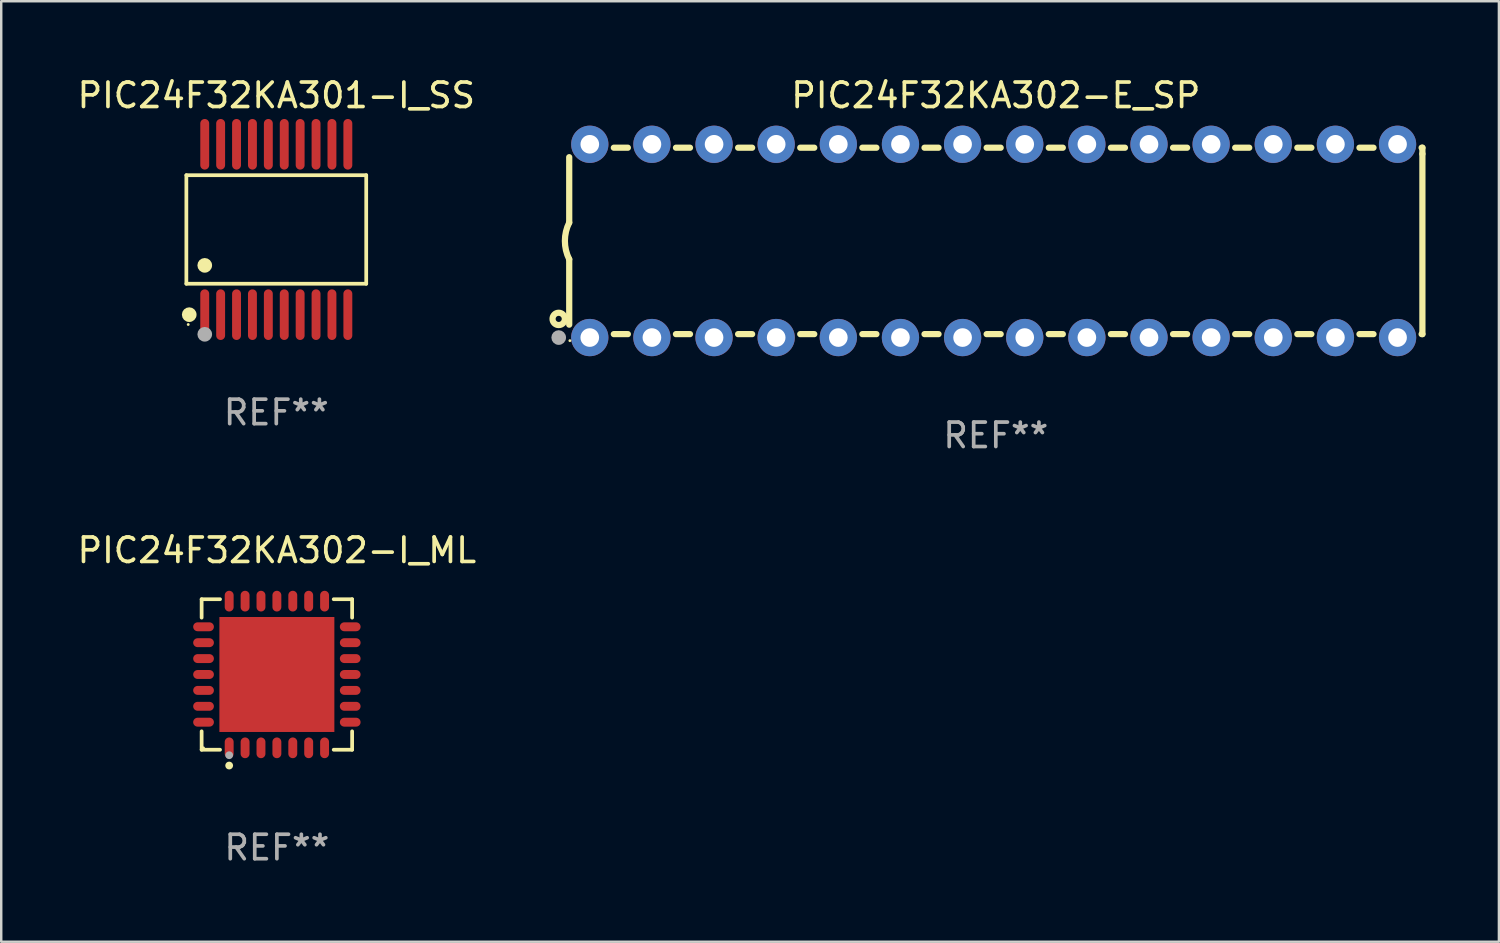
<source format=kicad_pcb>
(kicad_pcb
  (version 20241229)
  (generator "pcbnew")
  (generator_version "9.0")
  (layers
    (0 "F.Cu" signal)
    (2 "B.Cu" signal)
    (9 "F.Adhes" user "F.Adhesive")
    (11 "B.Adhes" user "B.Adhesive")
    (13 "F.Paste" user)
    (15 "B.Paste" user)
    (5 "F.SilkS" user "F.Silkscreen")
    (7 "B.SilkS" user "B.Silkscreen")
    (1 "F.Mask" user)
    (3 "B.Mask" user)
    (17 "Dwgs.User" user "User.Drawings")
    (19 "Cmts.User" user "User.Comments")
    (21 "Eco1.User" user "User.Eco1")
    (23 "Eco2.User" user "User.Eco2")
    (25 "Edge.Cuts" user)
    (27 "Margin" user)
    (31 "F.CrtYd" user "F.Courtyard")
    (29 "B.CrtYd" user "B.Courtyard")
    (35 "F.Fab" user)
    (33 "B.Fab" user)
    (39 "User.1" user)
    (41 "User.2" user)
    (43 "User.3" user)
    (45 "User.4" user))
  (footprint "PIC24F32KA302-I_ML"
    (layer "F.Cu")
    (at 8.268 24.521)
    (property "Reference" "PIC24F32KA302-I_ML" (at 0 -5.076 0) (layer "F.SilkS") (effects (font (size 1 1) (thickness 0.15))))
    (attr through_hole)
    (fp_line (start -3.076 -3.076) (end -2.323 -3.076) (stroke (width 0.152) (type solid)) (layer "F.SilkS"))
    (fp_line (start -3.076 -2.323) (end -3.076 -3.076) (stroke (width 0.152) (type solid)) (layer "F.SilkS"))
    (fp_line (start -3.076 2.323) (end -3.076 3.076) (stroke (width 0.152) (type solid)) (layer "F.SilkS"))
    (fp_line (start -3.076 3.076) (end -2.323 3.076) (stroke (width 0.152) (type solid)) (layer "F.SilkS"))
    (fp_line (start 3.076 -3.076) (end 2.323 -3.076) (stroke (width 0.152) (type solid)) (layer "F.SilkS"))
    (fp_line (start 3.076 -2.323) (end 3.076 -3.076) (stroke (width 0.152) (type solid)) (layer "F.SilkS"))
    (fp_line (start 3.076 2.323) (end 3.076 3.076) (stroke (width 0.152) (type solid)) (layer "F.SilkS"))
    (fp_line (start 3.076 3.076) (end 2.323 3.076) (stroke (width 0.152) (type solid)) (layer "F.SilkS"))
    (fp_circle (center -3 3) (end -2.97 3) (stroke (width 0.06) (type solid)) (fill no) (layer "F.SilkS"))
    (fp_circle (center -1.95 3.722) (end -1.87 3.722) (stroke (width 0.16) (type solid)) (fill no) (layer "F.SilkS"))
    (fp_circle (center -1.95 3.3) (end -1.87 3.3) (stroke (width 0.16) (type solid)) (fill no) (layer "F.Fab"))
    (fp_text user "REF**" (at 0 7.076 0) (layer "F.Fab") (effects (font (size 1 1) (thickness 0.15))))
    (pad "1" smd oval (at -1.95 2.998) (size 0.364 0.847) (layers "F.Cu" "F.Mask" "F.Paste"))
    (pad "2" smd oval (at -1.3 2.998) (size 0.364 0.847) (layers "F.Cu" "F.Mask" "F.Paste"))
    (pad "3" smd oval (at -0.65 2.998) (size 0.364 0.847) (layers "F.Cu" "F.Mask" "F.Paste"))
    (pad "4" smd oval (at 0 2.998) (size 0.364 0.847) (layers "F.Cu" "F.Mask" "F.Paste"))
    (pad "5" smd oval (at 0.65 2.998) (size 0.364 0.847) (layers "F.Cu" "F.Mask" "F.Paste"))
    (pad "6" smd oval (at 1.3 2.998) (size 0.364 0.847) (layers "F.Cu" "F.Mask" "F.Paste"))
    (pad "7" smd oval (at 1.95 2.998) (size 0.364 0.847) (layers "F.Cu" "F.Mask" "F.Paste"))
    (pad "8" smd oval (at 2.998 1.95) (size 0.847 0.364) (layers "F.Cu" "F.Mask" "F.Paste"))
    (pad "9" smd oval (at 2.998 1.3) (size 0.847 0.364) (layers "F.Cu" "F.Mask" "F.Paste"))
    (pad "10" smd oval (at 2.998 0.65) (size 0.847 0.364) (layers "F.Cu" "F.Mask" "F.Paste"))
    (pad "11" smd oval (at 2.998 0) (size 0.847 0.364) (layers "F.Cu" "F.Mask" "F.Paste"))
    (pad "12" smd oval (at 2.998 -0.65) (size 0.847 0.364) (layers "F.Cu" "F.Mask" "F.Paste"))
    (pad "13" smd oval (at 2.998 -1.3) (size 0.847 0.364) (layers "F.Cu" "F.Mask" "F.Paste"))
    (pad "14" smd oval (at 2.998 -1.95) (size 0.847 0.364) (layers "F.Cu" "F.Mask" "F.Paste"))
    (pad "15" smd oval (at 1.95 -2.998) (size 0.364 0.847) (layers "F.Cu" "F.Mask" "F.Paste"))
    (pad "16" smd oval (at 1.3 -2.998) (size 0.364 0.847) (layers "F.Cu" "F.Mask" "F.Paste"))
    (pad "17" smd oval (at 0.65 -2.998) (size 0.364 0.847) (layers "F.Cu" "F.Mask" "F.Paste"))
    (pad "18" smd oval (at 0 -2.998) (size 0.364 0.847) (layers "F.Cu" "F.Mask" "F.Paste"))
    (pad "19" smd oval (at -0.65 -2.998) (size 0.364 0.847) (layers "F.Cu" "F.Mask" "F.Paste"))
    (pad "20" smd oval (at -1.3 -2.998) (size 0.364 0.847) (layers "F.Cu" "F.Mask" "F.Paste"))
    (pad "21" smd oval (at -1.95 -2.998) (size 0.364 0.847) (layers "F.Cu" "F.Mask" "F.Paste"))
    (pad "22" smd oval (at -2.998 -1.95) (size 0.847 0.364) (layers "F.Cu" "F.Mask" "F.Paste"))
    (pad "23" smd oval (at -2.998 -1.3) (size 0.847 0.364) (layers "F.Cu" "F.Mask" "F.Paste"))
    (pad "24" smd oval (at -2.998 -0.65) (size 0.847 0.364) (layers "F.Cu" "F.Mask" "F.Paste"))
    (pad "25" smd oval (at -2.998 0) (size 0.847 0.364) (layers "F.Cu" "F.Mask" "F.Paste"))
    (pad "26" smd oval (at -2.998 0.65) (size 0.847 0.364) (layers "F.Cu" "F.Mask" "F.Paste"))
    (pad "27" smd oval (at -2.998 1.3) (size 0.847 0.364) (layers "F.Cu" "F.Mask" "F.Paste"))
    (pad "28" smd oval (at -2.998 1.95) (size 0.847 0.364) (layers "F.Cu" "F.Mask" "F.Paste"))
    (pad "29" smd rect (at 0 0) (size 4.7 4.7) (layers "F.Cu" "F.Mask" "F.Paste")))
  (footprint "PIC24F32KA302-E_SP"
    (layer "F.Cu")
    (at 37.656 6.798)
    (property "Reference" "PIC24F32KA302-E_SP" (at 0 -5.95 0) (layer "F.SilkS") (effects (font (size 1 1) (thickness 0.15))))
    (attr through_hole)
    (fp_line (start -17.438 0.75) (end -17.438 3.423) (stroke (width 0.254) (type solid)) (layer "F.SilkS"))
    (fp_line (start -17.438 -3.423) (end -17.438 -0.75) (stroke (width 0.254) (type solid)) (layer "F.SilkS"))
    (fp_line (start -15.615 3.81) (end -15.041 3.81) (stroke (width 0.254) (type solid)) (layer "F.SilkS"))
    (fp_line (start -15.041 -3.81) (end -15.614 -3.81) (stroke (width 0.254) (type solid)) (layer "F.SilkS"))
    (fp_line (start -13.075 3.81) (end -12.501 3.81) (stroke (width 0.254) (type solid)) (layer "F.SilkS"))
    (fp_line (start -12.501 -3.81) (end -13.074 -3.81) (stroke (width 0.254) (type solid)) (layer "F.SilkS"))
    (fp_line (start -10.535 3.81) (end -9.961 3.81) (stroke (width 0.254) (type solid)) (layer "F.SilkS"))
    (fp_line (start -9.961 -3.81) (end -10.534 -3.81) (stroke (width 0.254) (type solid)) (layer "F.SilkS"))
    (fp_line (start -7.995 3.81) (end -7.421 3.81) (stroke (width 0.254) (type solid)) (layer "F.SilkS"))
    (fp_line (start -7.421 -3.81) (end -7.995 -3.81) (stroke (width 0.254) (type solid)) (layer "F.SilkS"))
    (fp_line (start -5.455 3.81) (end -4.881 3.81) (stroke (width 0.254) (type solid)) (layer "F.SilkS"))
    (fp_line (start -4.881 -3.81) (end -5.455 -3.81) (stroke (width 0.254) (type solid)) (layer "F.SilkS"))
    (fp_line (start -2.915 3.81) (end -2.341 3.81) (stroke (width 0.254) (type solid)) (layer "F.SilkS"))
    (fp_line (start -2.341 -3.81) (end -2.915 -3.81) (stroke (width 0.254) (type solid)) (layer "F.SilkS"))
    (fp_line (start -0.375 3.81) (end 0.199 3.81) (stroke (width 0.254) (type solid)) (layer "F.SilkS"))
    (fp_line (start 0.199 -3.81) (end -0.375 -3.81) (stroke (width 0.254) (type solid)) (layer "F.SilkS"))
    (fp_line (start 2.165 3.81) (end 2.739 3.81) (stroke (width 0.254) (type solid)) (layer "F.SilkS"))
    (fp_line (start 2.739 -3.81) (end 2.165 -3.81) (stroke (width 0.254) (type solid)) (layer "F.SilkS"))
    (fp_line (start 4.705 3.81) (end 5.279 3.81) (stroke (width 0.254) (type solid)) (layer "F.SilkS"))
    (fp_line (start 5.279 -3.81) (end 4.705 -3.81) (stroke (width 0.254) (type solid)) (layer "F.SilkS"))
    (fp_line (start 7.245 3.81) (end 7.819 3.81) (stroke (width 0.254) (type solid)) (layer "F.SilkS"))
    (fp_line (start 7.819 -3.81) (end 7.245 -3.81) (stroke (width 0.254) (type solid)) (layer "F.SilkS"))
    (fp_line (start 9.785 3.81) (end 10.359 3.81) (stroke (width 0.254) (type solid)) (layer "F.SilkS"))
    (fp_line (start 10.359 -3.81) (end 9.785 -3.81) (stroke (width 0.254) (type solid)) (layer "F.SilkS"))
    (fp_line (start 12.325 3.81) (end 12.899 3.81) (stroke (width 0.254) (type solid)) (layer "F.SilkS"))
    (fp_line (start 12.899 -3.81) (end 12.325 -3.81) (stroke (width 0.254) (type solid)) (layer "F.SilkS"))
    (fp_line (start 14.865 3.81) (end 15.439 3.81) (stroke (width 0.254) (type solid)) (layer "F.SilkS"))
    (fp_line (start 15.439 -3.81) (end 14.865 -3.81) (stroke (width 0.254) (type solid)) (layer "F.SilkS"))
    (fp_line (start 17.405 3.81) (end 17.438 3.81) (stroke (width 0.254) (type solid)) (layer "F.SilkS"))
    (fp_line (start 17.438 -3.81) (end 17.405 -3.81) (stroke (width 0.254) (type solid)) (layer "F.SilkS"))
    (fp_line (start 17.438 -3.556) (end 17.438 -3.81) (stroke (width 0.254) (type solid)) (layer "F.SilkS"))
    (fp_line (start 17.438 3.81) (end 17.438 -3.556) (stroke (width 0.254) (type solid)) (layer "F.SilkS"))
    (fp_arc (start -17.437986 0.749657) (mid -17.614887 -0.000024) (end -17.437783 -0.749657) (stroke (width 0.254001) (type solid)) (layer "F.SilkS"))
    (fp_circle (center -17.868 3.188) (end -17.743 3.188) (stroke (width 0.254) (type solid)) (fill no) (layer "F.SilkS"))
    (fp_circle (center -17.411 4.077) (end -17.381 4.077) (stroke (width 0.06) (type solid)) (fill no) (layer "F.SilkS"))
    (fp_circle (center -17.868 3.95) (end -17.718 3.95) (stroke (width 0.3) (type solid)) (fill no) (layer "F.Fab"))
    (fp_text user "REF**" (at 0 7.95 0) (layer "F.Fab") (effects (font (size 1 1) (thickness 0.15))))
    (pad "1" thru_hole circle (at -16.598 3.95) (size 1.524 1.524) (drill 0.762) (layers "*.Cu" "*.Mask"))
    (pad "2" thru_hole circle (at -14.058 3.95) (size 1.524 1.524) (drill 0.762) (layers "*.Cu" "*.Mask"))
    (pad "3" thru_hole circle (at -11.518 3.95) (size 1.524 1.524) (drill 0.762) (layers "*.Cu" "*.Mask"))
    (pad "4" thru_hole circle (at -8.978 3.95) (size 1.524 1.524) (drill 0.762) (layers "*.Cu" "*.Mask"))
    (pad "5" thru_hole circle (at -6.438 3.95) (size 1.524 1.524) (drill 0.762) (layers "*.Cu" "*.Mask"))
    (pad "6" thru_hole circle (at -3.898 3.95) (size 1.524 1.524) (drill 0.762) (layers "*.Cu" "*.Mask"))
    (pad "7" thru_hole circle (at -1.358 3.95) (size 1.524 1.524) (drill 0.762) (layers "*.Cu" "*.Mask"))
    (pad "8" thru_hole circle (at 1.182 3.95) (size 1.524 1.524) (drill 0.762) (layers "*.Cu" "*.Mask"))
    (pad "9" thru_hole circle (at 3.722 3.95) (size 1.524 1.524) (drill 0.762) (layers "*.Cu" "*.Mask"))
    (pad "10" thru_hole circle (at 6.262 3.95) (size 1.524 1.524) (drill 0.762) (layers "*.Cu" "*.Mask"))
    (pad "11" thru_hole circle (at 8.802 3.95) (size 1.524 1.524) (drill 0.762) (layers "*.Cu" "*.Mask"))
    (pad "12" thru_hole circle (at 11.342 3.95) (size 1.524 1.524) (drill 0.762) (layers "*.Cu" "*.Mask"))
    (pad "13" thru_hole circle (at 13.882 3.95) (size 1.524 1.524) (drill 0.762) (layers "*.Cu" "*.Mask"))
    (pad "14" thru_hole circle (at 16.422 3.95) (size 1.524 1.524) (drill 0.762) (layers "*.Cu" "*.Mask"))
    (pad "15" thru_hole circle (at 16.422 -3.95) (size 1.524 1.524) (drill 0.762) (layers "*.Cu" "*.Mask"))
    (pad "16" thru_hole circle (at 13.882 -3.95) (size 1.524 1.524) (drill 0.762) (layers "*.Cu" "*.Mask"))
    (pad "17" thru_hole circle (at 11.342 -3.95) (size 1.524 1.524) (drill 0.762) (layers "*.Cu" "*.Mask"))
    (pad "18" thru_hole circle (at 8.802 -3.95) (size 1.524 1.524) (drill 0.762) (layers "*.Cu" "*.Mask"))
    (pad "19" thru_hole circle (at 6.262 -3.95) (size 1.524 1.524) (drill 0.762) (layers "*.Cu" "*.Mask"))
    (pad "20" thru_hole circle (at 3.722 -3.95) (size 1.524 1.524) (drill 0.762) (layers "*.Cu" "*.Mask"))
    (pad "21" thru_hole circle (at 1.182 -3.95) (size 1.524 1.524) (drill 0.762) (layers "*.Cu" "*.Mask"))
    (pad "22" thru_hole circle (at -1.358 -3.95) (size 1.524 1.524) (drill 0.762) (layers "*.Cu" "*.Mask"))
    (pad "23" thru_hole circle (at -3.898 -3.95) (size 1.524 1.524) (drill 0.762) (layers "*.Cu" "*.Mask"))
    (pad "24" thru_hole circle (at -6.438 -3.95) (size 1.524 1.524) (drill 0.762) (layers "*.Cu" "*.Mask"))
    (pad "25" thru_hole circle (at -8.978 -3.95) (size 1.524 1.524) (drill 0.762) (layers "*.Cu" "*.Mask"))
    (pad "26" thru_hole circle (at -11.517 -3.95) (size 1.524 1.524) (drill 0.762) (layers "*.Cu" "*.Mask"))
    (pad "27" thru_hole circle (at -14.057 -3.95) (size 1.524 1.524) (drill 0.762) (layers "*.Cu" "*.Mask"))
    (pad "28" thru_hole circle (at -16.597 -3.95) (size 1.524 1.524) (drill 0.762) (layers "*.Cu" "*.Mask")))
  (footprint "PIC24F32KA301-I_SS"
    (layer "F.Cu")
    (at 8.244 6.33)
    (property "Reference" "PIC24F32KA301-I_SS" (at 0 -5.482 0) (layer "F.SilkS") (effects (font (size 1 1) (thickness 0.15))))
    (attr through_hole)
    (fp_line (start -3.676 -2.219) (end 3.676 -2.219) (stroke (width 0.152) (type solid)) (layer "F.SilkS"))
    (fp_line (start -3.676 2.219) (end -3.676 -2.219) (stroke (width 0.152) (type solid)) (layer "F.SilkS"))
    (fp_line (start 3.676 -2.219) (end 3.676 2.219) (stroke (width 0.152) (type solid)) (layer "F.SilkS"))
    (fp_line (start 3.676 2.219) (end -3.676 2.219) (stroke (width 0.152) (type solid)) (layer "F.SilkS"))
    (fp_circle (center -3.6 3.885) (end -3.57 3.885) (stroke (width 0.06) (type solid)) (fill no) (layer "F.SilkS"))
    (fp_circle (center -3.559 3.482) (end -3.409 3.482) (stroke (width 0.3) (type solid)) (fill no) (layer "F.SilkS"))
    (fp_circle (center -2.925 1.467) (end -2.775 1.467) (stroke (width 0.3) (type solid)) (fill no) (layer "F.SilkS"))
    (fp_circle (center -2.925 4.285) (end -2.775 4.285) (stroke (width 0.3) (type solid)) (fill no) (layer "F.Fab"))
    (fp_text user "REF**" (at 0 7.482 0) (layer "F.Fab") (effects (font (size 1 1) (thickness 0.15))))
    (pad "1" smd oval (at -2.925 3.482) (size 0.364 2.069) (layers "F.Cu" "F.Mask" "F.Paste"))
    (pad "2" smd oval (at -2.275 3.482) (size 0.364 2.069) (layers "F.Cu" "F.Mask" "F.Paste"))
    (pad "3" smd oval (at -1.625 3.482) (size 0.364 2.069) (layers "F.Cu" "F.Mask" "F.Paste"))
    (pad "4" smd oval (at -0.975 3.482) (size 0.364 2.069) (layers "F.Cu" "F.Mask" "F.Paste"))
    (pad "5" smd oval (at -0.325 3.482) (size 0.364 2.069) (layers "F.Cu" "F.Mask" "F.Paste"))
    (pad "6" smd oval (at 0.325 3.482) (size 0.364 2.069) (layers "F.Cu" "F.Mask" "F.Paste"))
    (pad "7" smd oval (at 0.975 3.482) (size 0.364 2.069) (layers "F.Cu" "F.Mask" "F.Paste"))
    (pad "8" smd oval (at 1.625 3.482) (size 0.364 2.069) (layers "F.Cu" "F.Mask" "F.Paste"))
    (pad "9" smd oval (at 2.275 3.482) (size 0.364 2.069) (layers "F.Cu" "F.Mask" "F.Paste"))
    (pad "10" smd oval (at 2.925 3.482) (size 0.364 2.069) (layers "F.Cu" "F.Mask" "F.Paste"))
    (pad "11" smd oval (at 2.925 -3.482) (size 0.364 2.069) (layers "F.Cu" "F.Mask" "F.Paste"))
    (pad "12" smd oval (at 2.275 -3.482) (size 0.364 2.069) (layers "F.Cu" "F.Mask" "F.Paste"))
    (pad "13" smd oval (at 1.625 -3.482) (size 0.364 2.069) (layers "F.Cu" "F.Mask" "F.Paste"))
    (pad "14" smd oval (at 0.975 -3.482) (size 0.364 2.069) (layers "F.Cu" "F.Mask" "F.Paste"))
    (pad "15" smd oval (at 0.325 -3.482) (size 0.364 2.069) (layers "F.Cu" "F.Mask" "F.Paste"))
    (pad "16" smd oval (at -0.325 -3.482) (size 0.364 2.069) (layers "F.Cu" "F.Mask" "F.Paste"))
    (pad "17" smd oval (at -0.975 -3.482) (size 0.364 2.069) (layers "F.Cu" "F.Mask" "F.Paste"))
    (pad "18" smd oval (at -1.625 -3.482) (size 0.364 2.069) (layers "F.Cu" "F.Mask" "F.Paste"))
    (pad "19" smd oval (at -2.275 -3.482) (size 0.364 2.069) (layers "F.Cu" "F.Mask" "F.Paste"))
    (pad "20" smd oval (at -2.925 -3.482) (size 0.364 2.069) (layers "F.Cu" "F.Mask" "F.Paste")))
  (gr_rect
    (start -3 -3)
    (end 58.221 35.445)
    (stroke (width 0.1) (type default))
    (fill no)
    (layer "Edge.Cuts")))
</source>
